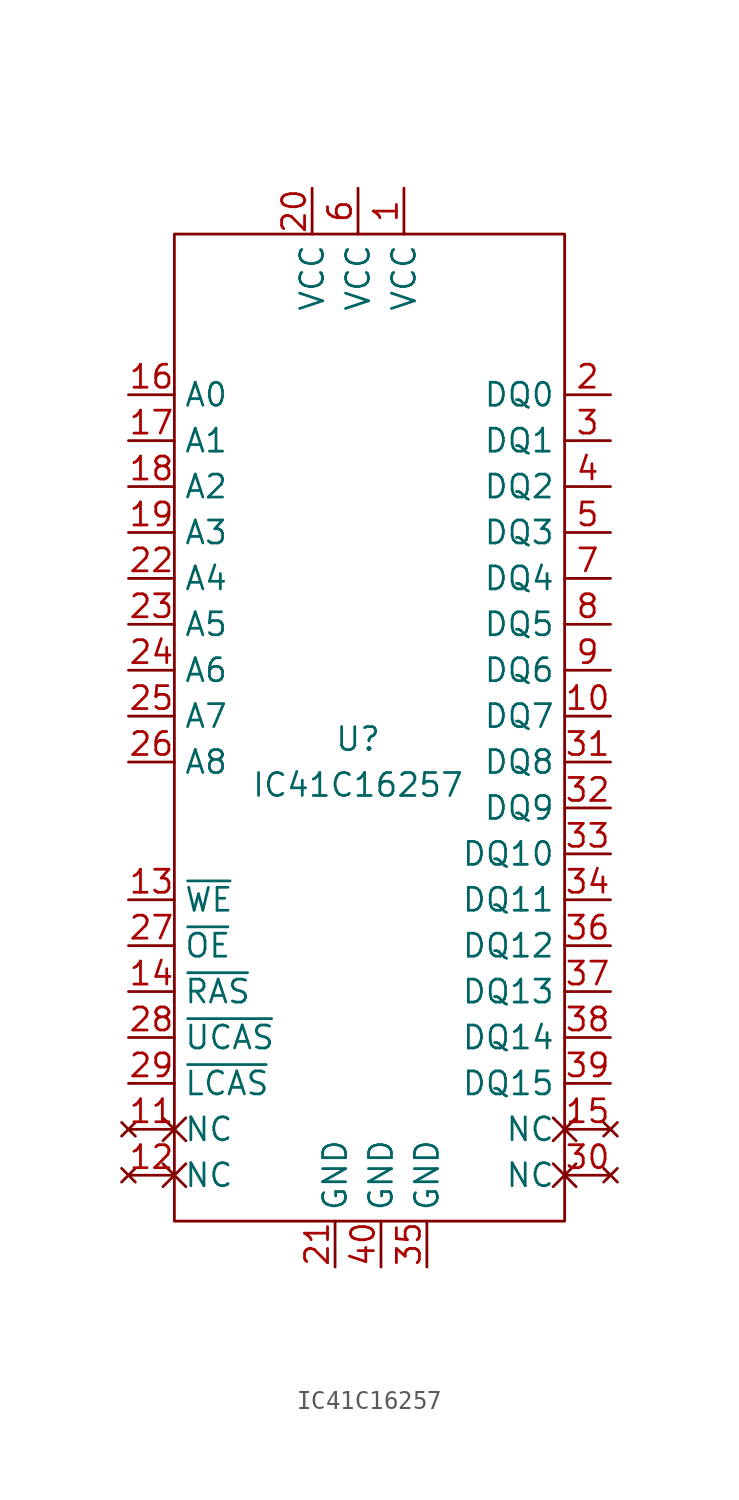
<source format=kicad_sym>
(kicad_symbol_lib
  (version 20211014)
  (generator kicad_symbol_editor)
  (symbol "IC41C16257"
    (property "Reference" "U"
      (at -1.27 0 0)
      (effects (font (size 1.27 1.27))))
    (property "Value" "IC41C16257"
      (at -1.27 -2.54 0)
      (effects (font (size 1.27 1.27))))
    (symbol "IC41C16257_0_1"
      (rectangle (start -11.43 27.94) (end 10.16 -26.67) (stroke (width 0) (type default) (color 0 0 0 0)) (fill (type none))))
    (symbol "IC41C16257_1_1"
      (pin power_in line (at 1.27 30.48 270) (length 2.54) (name "VCC" (effects (font (size 1.27 1.27)))) (number "1" (effects (font (size 1.27 1.27)))))
      (pin bidirectional line (at 12.7 1.27 180) (length 2.54) (name "DQ7" (effects (font (size 1.27 1.27)))) (number "10" (effects (font (size 1.27 1.27)))))
      (pin no_connect non_logic (at -13.97 -21.59 0) (length 2.54) (name "NC" (effects (font (size 1.27 1.27)))) (number "11" (effects (font (size 1.27 1.27)))))
      (pin no_connect non_logic (at -13.97 -24.13 0) (length 2.54) (name "NC" (effects (font (size 1.27 1.27)))) (number "12" (effects (font (size 1.27 1.27)))))
      (pin input line (at -13.97 -8.89 0) (length 2.54) (name "~{WE}" (effects (font (size 1.27 1.27)))) (number "13" (effects (font (size 1.27 1.27)))))
      (pin input line (at -13.97 -13.97 0) (length 2.54) (name "~{RAS}" (effects (font (size 1.27 1.27)))) (number "14" (effects (font (size 1.27 1.27)))))
      (pin no_connect non_logic (at 12.7 -21.59 180) (length 2.54) (name "NC" (effects (font (size 1.27 1.27)))) (number "15" (effects (font (size 1.27 1.27)))))
      (pin input line (at -13.97 19.05 0) (length 2.54) (name "A0" (effects (font (size 1.27 1.27)))) (number "16" (effects (font (size 1.27 1.27)))))
      (pin input line (at -13.97 16.51 0) (length 2.54) (name "A1" (effects (font (size 1.27 1.27)))) (number "17" (effects (font (size 1.27 1.27)))))
      (pin input line (at -13.97 13.97 0) (length 2.54) (name "A2" (effects (font (size 1.27 1.27)))) (number "18" (effects (font (size 1.27 1.27)))))
      (pin input line (at -13.97 11.43 0) (length 2.54) (name "A3" (effects (font (size 1.27 1.27)))) (number "19" (effects (font (size 1.27 1.27)))))
      (pin bidirectional line (at 12.7 19.05 180) (length 2.54) (name "DQ0" (effects (font (size 1.27 1.27)))) (number "2" (effects (font (size 1.27 1.27)))))
      (pin power_in line (at -3.81 30.48 270) (length 2.54) (name "VCC" (effects (font (size 1.27 1.27)))) (number "20" (effects (font (size 1.27 1.27)))))
      (pin power_in line (at -2.54 -29.21 90) (length 2.54) (name "GND" (effects (font (size 1.27 1.27)))) (number "21" (effects (font (size 1.27 1.27)))))
      (pin input line (at -13.97 8.89 0) (length 2.54) (name "A4" (effects (font (size 1.27 1.27)))) (number "22" (effects (font (size 1.27 1.27)))))
      (pin input line (at -13.97 6.35 0) (length 2.54) (name "A5" (effects (font (size 1.27 1.27)))) (number "23" (effects (font (size 1.27 1.27)))))
      (pin input line (at -13.97 3.81 0) (length 2.54) (name "A6" (effects (font (size 1.27 1.27)))) (number "24" (effects (font (size 1.27 1.27)))))
      (pin input line (at -13.97 1.27 0) (length 2.54) (name "A7" (effects (font (size 1.27 1.27)))) (number "25" (effects (font (size 1.27 1.27)))))
      (pin input line (at -13.97 -1.27 0) (length 2.54) (name "A8" (effects (font (size 1.27 1.27)))) (number "26" (effects (font (size 1.27 1.27)))))
      (pin input line (at -13.97 -11.43 0) (length 2.54) (name "~{OE}" (effects (font (size 1.27 1.27)))) (number "27" (effects (font (size 1.27 1.27)))))
      (pin input line (at -13.97 -16.51 0) (length 2.54) (name "~{UCAS}" (effects (font (size 1.27 1.27)))) (number "28" (effects (font (size 1.27 1.27)))))
      (pin input line (at -13.97 -19.05 0) (length 2.54) (name "~{LCAS}" (effects (font (size 1.27 1.27)))) (number "29" (effects (font (size 1.27 1.27)))))
      (pin bidirectional line (at 12.7 16.51 180) (length 2.54) (name "DQ1" (effects (font (size 1.27 1.27)))) (number "3" (effects (font (size 1.27 1.27)))))
      (pin no_connect non_logic (at 12.7 -24.13 180) (length 2.54) (name "NC" (effects (font (size 1.27 1.27)))) (number "30" (effects (font (size 1.27 1.27)))))
      (pin bidirectional line (at 12.7 -1.27 180) (length 2.54) (name "DQ8" (effects (font (size 1.27 1.27)))) (number "31" (effects (font (size 1.27 1.27)))))
      (pin bidirectional line (at 12.7 -3.81 180) (length 2.54) (name "DQ9" (effects (font (size 1.27 1.27)))) (number "32" (effects (font (size 1.27 1.27)))))
      (pin bidirectional line (at 12.7 -6.35 180) (length 2.54) (name "DQ10" (effects (font (size 1.27 1.27)))) (number "33" (effects (font (size 1.27 1.27)))))
      (pin bidirectional line (at 12.7 -8.89 180) (length 2.54) (name "DQ11" (effects (font (size 1.27 1.27)))) (number "34" (effects (font (size 1.27 1.27)))))
      (pin power_in line (at 2.54 -29.21 90) (length 2.54) (name "GND" (effects (font (size 1.27 1.27)))) (number "35" (effects (font (size 1.27 1.27)))))
      (pin bidirectional line (at 12.7 -11.43 180) (length 2.54) (name "DQ12" (effects (font (size 1.27 1.27)))) (number "36" (effects (font (size 1.27 1.27)))))
      (pin bidirectional line (at 12.7 -13.97 180) (length 2.54) (name "DQ13" (effects (font (size 1.27 1.27)))) (number "37" (effects (font (size 1.27 1.27)))))
      (pin bidirectional line (at 12.7 -16.51 180) (length 2.54) (name "DQ14" (effects (font (size 1.27 1.27)))) (number "38" (effects (font (size 1.27 1.27)))))
      (pin bidirectional line (at 12.7 -19.05 180) (length 2.54) (name "DQ15" (effects (font (size 1.27 1.27)))) (number "39" (effects (font (size 1.27 1.27)))))
      (pin bidirectional line (at 12.7 13.97 180) (length 2.54) (name "DQ2" (effects (font (size 1.27 1.27)))) (number "4" (effects (font (size 1.27 1.27)))))
      (pin power_in line (at 0 -29.21 90) (length 2.54) (name "GND" (effects (font (size 1.27 1.27)))) (number "40" (effects (font (size 1.27 1.27)))))
      (pin bidirectional line (at 12.7 11.43 180) (length 2.54) (name "DQ3" (effects (font (size 1.27 1.27)))) (number "5" (effects (font (size 1.27 1.27)))))
      (pin power_in line (at -1.27 30.48 270) (length 2.54) (name "VCC" (effects (font (size 1.27 1.27)))) (number "6" (effects (font (size 1.27 1.27)))))
      (pin bidirectional line (at 12.7 8.89 180) (length 2.54) (name "DQ4" (effects (font (size 1.27 1.27)))) (number "7" (effects (font (size 1.27 1.27)))))
      (pin bidirectional line (at 12.7 6.35 180) (length 2.54) (name "DQ5" (effects (font (size 1.27 1.27)))) (number "8" (effects (font (size 1.27 1.27)))))
      (pin bidirectional line (at 12.7 3.81 180) (length 2.54) (name "DQ6" (effects (font (size 1.27 1.27)))) (number "9" (effects (font (size 1.27 1.27))))))))
</source>
